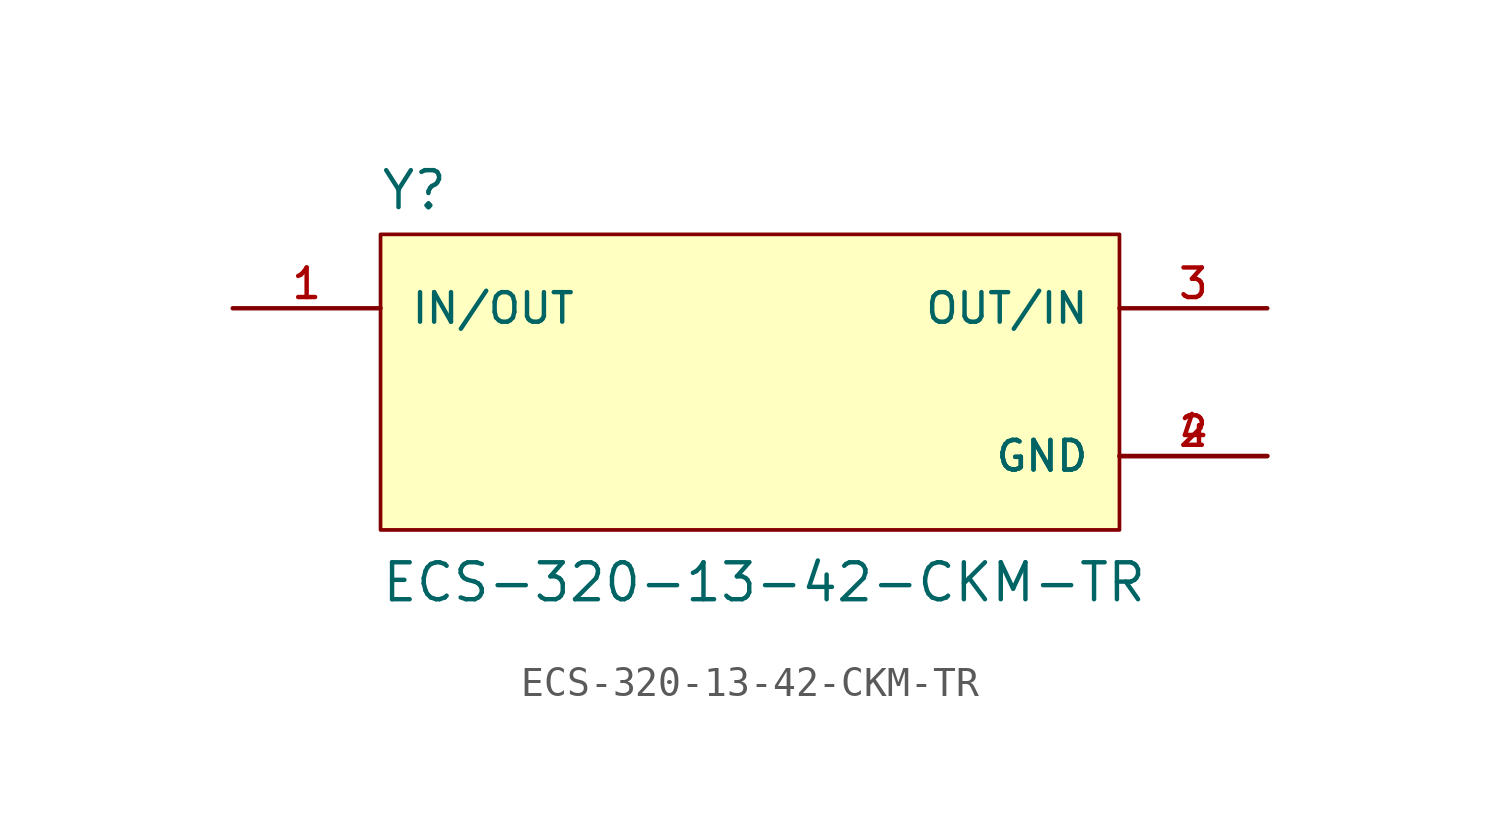
<source format=kicad_sym>
(kicad_symbol_lib
  (version 20211014)
  (generator kicad_symbol_editor)
  (symbol "ECS-320-13-42-CKM-TR"
    (pin_names
      (offset 1.016))
    (property "Reference" "Y"
      (at -12.726 5.854 0)
      (effects (font (size 1.27 1.27)) (justify bottom left)))
    (property "Value" "ECS-320-13-42-CKM-TR"
      (at -12.706 -7.624 0)
      (effects (font (size 1.27 1.27)) (justify bottom left)))
    (symbol "ECS-320-13-42-CKM-TR_0_0"
      (rectangle (start -12.7 -5.08) (end 12.7 5.08) (stroke (width 0.127)) (fill (type background)))
      (pin bidirectional line (at -17.78 2.54 0) (length 5.08) (name "IN/OUT" (effects (font (size 1.016 1.016)))) (number "1" (effects (font (size 1.016 1.016)))))
      (pin bidirectional line (at 17.78 2.54 180.0) (length 5.08) (name "OUT/IN" (effects (font (size 1.016 1.016)))) (number "3" (effects (font (size 1.016 1.016)))))
      (pin power_in line (at 17.78 -2.54 180.0) (length 5.08) (name "GND" (effects (font (size 1.016 1.016)))) (number "2" (effects (font (size 1.016 1.016)))))
      (pin power_in line (at 17.78 -2.54 180.0) (length 5.08) (name "GND" (effects (font (size 1.016 1.016)))) (number "4" (effects (font (size 1.016 1.016))))))))
</source>
